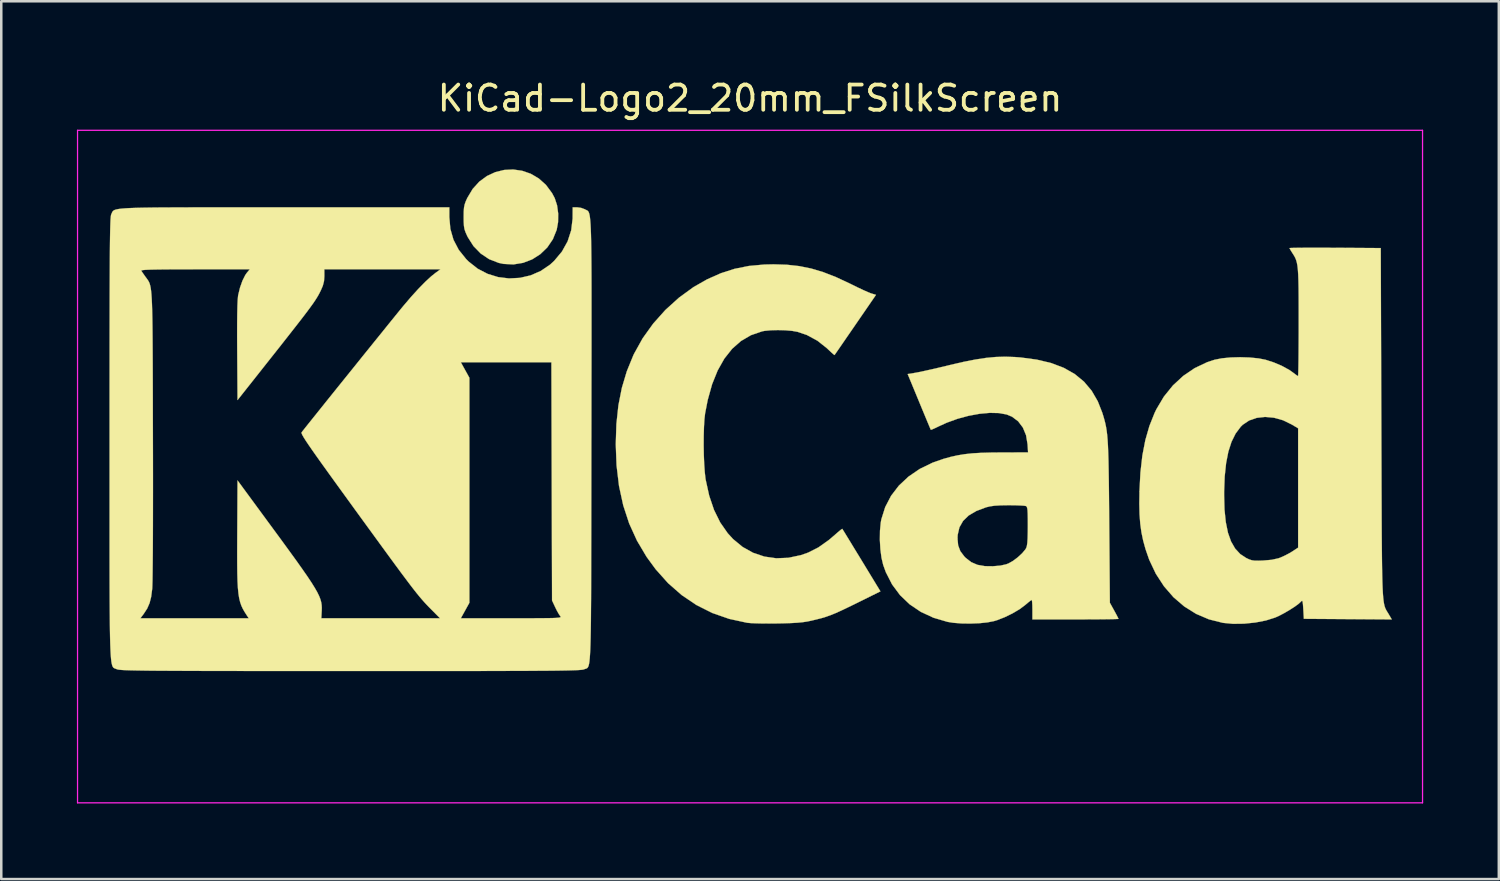
<source format=kicad_pcb>
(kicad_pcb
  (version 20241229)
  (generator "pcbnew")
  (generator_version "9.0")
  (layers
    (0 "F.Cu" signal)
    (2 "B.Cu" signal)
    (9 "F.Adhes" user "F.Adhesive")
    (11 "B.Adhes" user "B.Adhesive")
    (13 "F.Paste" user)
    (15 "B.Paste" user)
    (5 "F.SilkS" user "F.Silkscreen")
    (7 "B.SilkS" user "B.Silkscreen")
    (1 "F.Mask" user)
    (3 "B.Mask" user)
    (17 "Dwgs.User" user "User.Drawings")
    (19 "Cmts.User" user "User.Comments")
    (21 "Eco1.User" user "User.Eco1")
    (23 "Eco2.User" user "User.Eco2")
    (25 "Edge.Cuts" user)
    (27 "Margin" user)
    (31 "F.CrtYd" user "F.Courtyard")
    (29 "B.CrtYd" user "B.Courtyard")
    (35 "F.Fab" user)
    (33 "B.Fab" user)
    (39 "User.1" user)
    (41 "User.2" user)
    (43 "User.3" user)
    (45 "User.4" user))
  (footprint "KiCad-Logo2_20mm_FSilkScreen"
    (layer "F.Cu")
    (at 26.695 13.548)
    (property "Reference" "KiCad-Logo2_20mm_FSilkScreen" (at 0 -12.7 0) (layer "F.SilkS") (effects (font (size 1 1) (thickness 0.15))))
    (attr exclude_from_pos_files exclude_from_bom)
    (fp_poly (pts (xy -9.038 -9.825) (xy -8.696 -9.707) (xy -8.378 -9.52) (xy -8.094 -9.266) (xy -7.854 -8.943) (xy -7.746 -8.74) (xy -7.653 -8.455) (xy -7.608 -8.127) (xy -7.613 -7.79) (xy -7.668 -7.484) (xy -7.82 -7.11) (xy -8.04 -6.786) (xy -8.318 -6.518) (xy -8.641 -6.312) (xy -8.999 -6.175) (xy -9.381 -6.112) (xy -9.775 -6.132) (xy -9.969 -6.173) (xy -10.347 -6.32) (xy -10.683 -6.545) (xy -10.969 -6.84) (xy -11.196 -7.198) (xy -11.216 -7.238) (xy -11.282 -7.385) (xy -11.324 -7.508) (xy -11.346 -7.639) (xy -11.356 -7.807) (xy -11.357 -7.989) (xy -11.355 -8.208) (xy -11.343 -8.366) (xy -11.317 -8.494) (xy -11.271 -8.622) (xy -11.213 -8.748) (xy -10.999 -9.106) (xy -10.735 -9.397) (xy -10.432 -9.619) (xy -10.101 -9.772) (xy -9.751 -9.858) (xy -9.393 -9.876) (xy -9.038 -9.825)) (stroke (width 0.01) (type solid)) (fill yes) (layer "F.SilkS"))
    (fp_poly (pts (xy 1.459 -6.099) (xy 1.95 -6.045) (xy 2.425 -5.949) (xy 2.905 -5.805) (xy 3.408 -5.609) (xy 3.953 -5.355) (xy 4.052 -5.306) (xy 4.277 -5.195) (xy 4.49 -5.095) (xy 4.669 -5.016) (xy 4.793 -4.966) (xy 4.812 -4.96) (xy 4.995 -4.905) (xy 4.177 -3.716) (xy 3.977 -3.425) (xy 3.794 -3.16) (xy 3.635 -2.928) (xy 3.505 -2.74) (xy 3.411 -2.604) (xy 3.359 -2.529) (xy 3.35 -2.517) (xy 3.316 -2.541) (xy 3.231 -2.616) (xy 3.112 -2.727) (xy 3.046 -2.79) (xy 2.671 -3.087) (xy 2.251 -3.314) (xy 1.889 -3.437) (xy 1.672 -3.476) (xy 1.399 -3.5) (xy 1.105 -3.508) (xy 0.819 -3.5) (xy 0.574 -3.476) (xy 0.477 -3.457) (xy 0.037 -3.306) (xy -0.359 -3.075) (xy -0.712 -2.764) (xy -1.02 -2.375) (xy -1.284 -1.907) (xy -1.504 -1.362) (xy -1.678 -0.738) (xy -1.782 -0.205) (xy -1.809 0.031) (xy -1.827 0.335) (xy -1.837 0.686) (xy -1.839 1.062) (xy -1.833 1.442) (xy -1.818 1.802) (xy -1.796 2.122) (xy -1.767 2.38) (xy -1.761 2.42) (xy -1.62 3.06) (xy -1.428 3.626) (xy -1.183 4.122) (xy -0.885 4.549) (xy -0.674 4.78) (xy -0.294 5.093) (xy 0.122 5.325) (xy 0.569 5.475) (xy 1.038 5.542) (xy 1.522 5.523) (xy 2.016 5.418) (xy 2.307 5.316) (xy 2.711 5.111) (xy 3.127 4.816) (xy 3.36 4.617) (xy 3.491 4.502) (xy 3.593 4.418) (xy 3.652 4.377) (xy 3.659 4.376) (xy 3.685 4.417) (xy 3.753 4.527) (xy 3.856 4.696) (xy 3.99 4.915) (xy 4.147 5.173) (xy 4.324 5.462) (xy 4.422 5.623) (xy 5.171 6.854) (xy 4.236 7.316) (xy 3.897 7.482) (xy 3.623 7.613) (xy 3.397 7.715) (xy 3.201 7.795) (xy 3.019 7.86) (xy 2.835 7.916) (xy 2.631 7.968) (xy 2.435 8.015) (xy 2.261 8.051) (xy 2.08 8.078) (xy 1.872 8.098) (xy 1.62 8.112) (xy 1.305 8.122) (xy 1.092 8.126) (xy 0.79 8.129) (xy 0.499 8.128) (xy 0.241 8.122) (xy 0.033 8.113) (xy -0.105 8.101) (xy -0.113 8.1) (xy -0.828 7.945) (xy -1.499 7.711) (xy -2.127 7.396) (xy -2.71 7.002) (xy -3.25 6.529) (xy -3.744 5.976) (xy -4.103 5.485) (xy -4.484 4.842) (xy -4.793 4.163) (xy -5.029 3.443) (xy -5.196 2.675) (xy -5.294 1.855) (xy -5.325 1.023) (xy -5.3 0.218) (xy -5.22 -0.525) (xy -5.083 -1.218) (xy -4.887 -1.874) (xy -4.629 -2.506) (xy -4.598 -2.571) (xy -4.258 -3.183) (xy -3.841 -3.764) (xy -3.358 -4.305) (xy -2.821 -4.791) (xy -2.243 -5.212) (xy -1.703 -5.52) (xy -1.158 -5.762) (xy -0.613 -5.937) (xy -0.044 -6.051) (xy 0.567 -6.107) (xy 0.933 -6.115) (xy 1.459 -6.099)) (stroke (width 0.01) (type solid)) (fill yes) (layer "F.SilkS"))
    (fp_poly (pts (xy 22.685 -6.774) (xy 23.072 -6.772) (xy 23.204 -6.772) (xy 25.013 -6.76) (xy 25.036 0.182) (xy 25.039 1.123) (xy 25.042 1.978) (xy 25.044 2.751) (xy 25.047 3.445) (xy 25.049 4.067) (xy 25.052 4.619) (xy 25.056 5.107) (xy 25.06 5.535) (xy 25.065 5.907) (xy 25.071 6.228) (xy 25.078 6.502) (xy 25.087 6.734) (xy 25.097 6.928) (xy 25.109 7.088) (xy 25.123 7.219) (xy 25.139 7.325) (xy 25.157 7.411) (xy 25.178 7.482) (xy 25.201 7.54) (xy 25.227 7.592) (xy 25.255 7.641) (xy 25.287 7.692) (xy 25.322 7.749) (xy 25.329 7.761) (xy 25.45 7.967) (xy 21.963 7.943) (xy 21.941 7.56) (xy 21.928 7.376) (xy 21.915 7.27) (xy 21.898 7.228) (xy 21.871 7.237) (xy 21.849 7.261) (xy 21.754 7.349) (xy 21.598 7.463) (xy 21.403 7.588) (xy 21.192 7.712) (xy 20.987 7.82) (xy 20.83 7.891) (xy 20.46 8.008) (xy 20.037 8.09) (xy 19.59 8.136) (xy 19.152 8.141) (xy 18.753 8.103) (xy 18.746 8.101) (xy 18.2 7.964) (xy 17.689 7.746) (xy 17.218 7.451) (xy 16.791 7.085) (xy 16.415 6.651) (xy 16.092 6.154) (xy 15.83 5.6) (xy 15.687 5.189) (xy 15.592 4.846) (xy 15.522 4.513) (xy 15.475 4.171) (xy 15.447 3.8) (xy 15.437 3.378) (xy 15.442 3.034) (xy 18.801 3.034) (xy 18.816 3.611) (xy 18.867 4.107) (xy 18.953 4.528) (xy 19.076 4.876) (xy 19.238 5.157) (xy 19.44 5.375) (xy 19.674 5.529) (xy 19.796 5.587) (xy 19.901 5.621) (xy 20.019 5.637) (xy 20.177 5.638) (xy 20.347 5.632) (xy 20.682 5.603) (xy 20.947 5.545) (xy 21.03 5.516) (xy 21.22 5.43) (xy 21.421 5.323) (xy 21.508 5.269) (xy 21.736 5.12) (xy 21.736 0.388) (xy 21.485 0.238) (xy 21.136 0.068) (xy 20.779 -0.032) (xy 20.428 -0.064) (xy 20.095 -0.027) (xy 19.794 0.077) (xy 19.538 0.248) (xy 19.455 0.33) (xy 19.255 0.599) (xy 19.094 0.924) (xy 18.969 1.312) (xy 18.88 1.767) (xy 18.824 2.296) (xy 18.801 2.903) (xy 18.801 3.034) (xy 15.442 3.034) (xy 15.443 2.891) (xy 15.482 2.142) (xy 15.559 1.466) (xy 15.677 0.854) (xy 15.838 0.295) (xy 16.043 -0.219) (xy 16.117 -0.372) (xy 16.413 -0.87) (xy 16.77 -1.312) (xy 17.18 -1.691) (xy 17.636 -2.001) (xy 18.128 -2.234) (xy 18.422 -2.331) (xy 18.712 -2.388) (xy 19.06 -2.422) (xy 19.438 -2.432) (xy 19.817 -2.42) (xy 20.166 -2.385) (xy 20.447 -2.33) (xy 20.781 -2.221) (xy 21.105 -2.081) (xy 21.389 -1.925) (xy 21.54 -1.818) (xy 21.644 -1.739) (xy 21.716 -1.691) (xy 21.733 -1.684) (xy 21.738 -1.728) (xy 21.743 -1.854) (xy 21.747 -2.054) (xy 21.751 -2.318) (xy 21.754 -2.637) (xy 21.756 -3.002) (xy 21.758 -3.406) (xy 21.758 -3.816) (xy 21.758 -4.343) (xy 21.757 -4.786) (xy 21.754 -5.156) (xy 21.748 -5.46) (xy 21.739 -5.706) (xy 21.726 -5.905) (xy 21.708 -6.063) (xy 21.684 -6.189) (xy 21.654 -6.292) (xy 21.617 -6.381) (xy 21.572 -6.463) (xy 21.518 -6.548) (xy 21.511 -6.558) (xy 21.442 -6.668) (xy 21.4 -6.743) (xy 21.394 -6.759) (xy 21.438 -6.764) (xy 21.563 -6.768) (xy 21.76 -6.771) (xy 22.019 -6.773) (xy 22.331 -6.774) (xy 22.685 -6.774)) (stroke (width 0.01) (type solid)) (fill yes) (layer "F.SilkS"))
    (fp_poly (pts (xy 10.502 -2.439) (xy 10.727 -2.422) (xy 11.372 -2.336) (xy 11.944 -2.2) (xy 12.444 -2.01) (xy 12.876 -1.765) (xy 13.243 -1.463) (xy 13.547 -1.103) (xy 13.791 -0.683) (xy 13.97 -0.228) (xy 14.015 -0.082) (xy 14.054 0.054) (xy 14.088 0.188) (xy 14.117 0.327) (xy 14.142 0.479) (xy 14.163 0.651) (xy 14.18 0.851) (xy 14.194 1.085) (xy 14.205 1.362) (xy 14.215 1.687) (xy 14.222 2.069) (xy 14.229 2.516) (xy 14.235 3.033) (xy 14.24 3.629) (xy 14.244 4.097) (xy 14.27 7.306) (xy 14.441 7.615) (xy 14.522 7.764) (xy 14.582 7.879) (xy 14.611 7.941) (xy 14.612 7.945) (xy 14.568 7.95) (xy 14.443 7.954) (xy 14.247 7.958) (xy 13.99 7.961) (xy 13.681 7.964) (xy 13.331 7.965) (xy 12.95 7.966) (xy 12.905 7.966) (xy 11.198 7.966) (xy 11.198 7.579) (xy 11.195 7.404) (xy 11.187 7.27) (xy 11.176 7.199) (xy 11.171 7.192) (xy 11.126 7.22) (xy 11.033 7.293) (xy 10.912 7.395) (xy 10.909 7.398) (xy 10.689 7.562) (xy 10.41 7.727) (xy 10.105 7.876) (xy 9.805 7.994) (xy 9.673 8.034) (xy 9.41 8.085) (xy 9.087 8.118) (xy 8.735 8.131) (xy 8.381 8.126) (xy 8.057 8.1) (xy 7.829 8.063) (xy 7.272 7.899) (xy 6.771 7.666) (xy 6.328 7.367) (xy 5.948 7.003) (xy 5.633 6.579) (xy 5.386 6.096) (xy 5.28 5.804) (xy 5.213 5.519) (xy 5.169 5.178) (xy 5.148 4.811) (xy 5.149 4.757) (xy 8.228 4.757) (xy 8.253 5.03) (xy 8.338 5.257) (xy 8.495 5.467) (xy 8.556 5.529) (xy 8.77 5.695) (xy 9.018 5.802) (xy 9.315 5.854) (xy 9.628 5.858) (xy 9.925 5.833) (xy 10.152 5.783) (xy 10.251 5.746) (xy 10.428 5.646) (xy 10.617 5.504) (xy 10.789 5.345) (xy 10.917 5.193) (xy 10.951 5.137) (xy 10.977 5.059) (xy 10.996 4.934) (xy 11.008 4.751) (xy 11.014 4.498) (xy 11.016 4.257) (xy 11.015 3.976) (xy 11.011 3.773) (xy 11.004 3.634) (xy 10.991 3.547) (xy 10.972 3.498) (xy 10.945 3.473) (xy 10.936 3.469) (xy 10.863 3.457) (xy 10.718 3.448) (xy 10.521 3.441) (xy 10.292 3.438) (xy 10.242 3.438) (xy 9.936 3.443) (xy 9.699 3.457) (xy 9.511 3.484) (xy 9.356 3.522) (xy 8.97 3.668) (xy 8.668 3.847) (xy 8.447 4.062) (xy 8.303 4.317) (xy 8.235 4.613) (xy 8.228 4.757) (xy 5.149 4.757) (xy 5.153 4.45) (xy 5.184 4.126) (xy 5.208 3.995) (xy 5.361 3.51) (xy 5.594 3.063) (xy 5.903 2.66) (xy 6.283 2.304) (xy 6.729 1.999) (xy 7.238 1.751) (xy 7.67 1.6) (xy 7.959 1.52) (xy 8.235 1.459) (xy 8.517 1.413) (xy 8.822 1.38) (xy 9.168 1.36) (xy 9.573 1.349) (xy 9.94 1.346) (xy 11.026 1.343) (xy 11.005 1.016) (xy 10.946 0.662) (xy 10.82 0.358) (xy 10.633 0.11) (xy 10.391 -0.072) (xy 10.177 -0.161) (xy 9.87 -0.217) (xy 9.506 -0.225) (xy 9.1 -0.188) (xy 8.67 -0.109) (xy 8.232 0.009) (xy 7.805 0.164) (xy 7.495 0.305) (xy 7.345 0.377) (xy 7.231 0.428) (xy 7.173 0.447) (xy 7.17 0.447) (xy 7.15 0.403) (xy 7.1 0.285) (xy 7.025 0.106) (xy 6.93 -0.123) (xy 6.818 -0.392) (xy 6.705 -0.666) (xy 6.251 -1.764) (xy 6.574 -1.817) (xy 6.714 -1.844) (xy 6.924 -1.889) (xy 7.186 -1.947) (xy 7.483 -2.016) (xy 7.796 -2.09) (xy 7.92 -2.121) (xy 8.46 -2.246) (xy 8.932 -2.339) (xy 9.355 -2.404) (xy 9.745 -2.441) (xy 10.122 -2.452) (xy 10.502 -2.439)) (stroke (width 0.01) (type solid)) (fill yes) (layer "F.SilkS"))
    (fp_poly (pts (xy -19.746 -8.376) (xy -18.869 -8.376) (xy -18.461 -8.376) (xy -11.926 -8.376) (xy -11.926 -7.99) (xy -11.885 -7.522) (xy -11.761 -7.089) (xy -11.553 -6.691) (xy -11.259 -6.324) (xy -11.16 -6.225) (xy -10.803 -5.943) (xy -10.409 -5.738) (xy -9.991 -5.609) (xy -9.559 -5.556) (xy -9.126 -5.579) (xy -8.702 -5.677) (xy -8.301 -5.851) (xy -7.933 -6.101) (xy -7.768 -6.252) (xy -7.46 -6.621) (xy -7.234 -7.027) (xy -7.092 -7.466) (xy -7.036 -7.931) (xy -7.036 -7.977) (xy -7.033 -8.376) (xy -6.858 -8.376) (xy -6.702 -8.355) (xy -6.561 -8.303) (xy -6.551 -8.298) (xy -6.519 -8.281) (xy -6.49 -8.268) (xy -6.463 -8.255) (xy -6.438 -8.238) (xy -6.416 -8.214) (xy -6.396 -8.178) (xy -6.378 -8.127) (xy -6.362 -8.057) (xy -6.348 -7.964) (xy -6.336 -7.845) (xy -6.325 -7.695) (xy -6.316 -7.512) (xy -6.308 -7.29) (xy -6.302 -7.027) (xy -6.297 -6.719) (xy -6.293 -6.361) (xy -6.29 -5.951) (xy -6.288 -5.484) (xy -6.287 -4.957) (xy -6.287 -4.365) (xy -6.287 -3.705) (xy -6.287 -2.974) (xy -6.288 -2.167) (xy -6.29 -1.281) (xy -6.291 -0.312) (xy -6.292 0.744) (xy -6.293 0.873) (xy -6.294 1.935) (xy -6.295 2.911) (xy -6.296 3.803) (xy -6.297 4.615) (xy -6.299 5.352) (xy -6.3 6.016) (xy -6.302 6.611) (xy -6.304 7.142) (xy -6.308 7.613) (xy -6.311 8.026) (xy -6.316 8.385) (xy -6.322 8.695) (xy -6.329 8.96) (xy -6.337 9.182) (xy -6.347 9.366) (xy -6.358 9.515) (xy -6.37 9.634) (xy -6.384 9.726) (xy -6.401 9.795) (xy -6.419 9.844) (xy -6.439 9.877) (xy -6.462 9.899) (xy -6.486 9.913) (xy -6.514 9.922) (xy -6.544 9.931) (xy -6.576 9.942) (xy -6.584 9.946) (xy -6.609 9.954) (xy -6.651 9.962) (xy -6.713 9.968) (xy -6.8 9.975) (xy -6.914 9.98) (xy -7.06 9.985) (xy -7.241 9.99) (xy -7.46 9.994) (xy -7.722 9.998) (xy -8.03 10.001) (xy -8.388 10.003) (xy -8.8 10.006) (xy -9.268 10.008) (xy -9.797 10.009) (xy -10.39 10.011) (xy -11.051 10.012) (xy -11.784 10.012) (xy -12.593 10.013) (xy -13.48 10.013) (xy -14.45 10.013) (xy -15.506 10.013) (xy -15.848 10.013) (xy -16.927 10.013) (xy -17.919 10.013) (xy -18.828 10.012) (xy -19.656 10.012) (xy -20.409 10.011) (xy -21.089 10.01) (xy -21.699 10.009) (xy -22.245 10.007) (xy -22.73 10.005) (xy -23.156 10.003) (xy -23.529 10.001) (xy -23.851 9.998) (xy -24.126 9.994) (xy -24.359 9.99) (xy -24.552 9.986) (xy -24.709 9.981) (xy -24.835 9.976) (xy -24.933 9.97) (xy -25.006 9.963) (xy -25.058 9.956) (xy -25.093 9.948) (xy -25.112 9.941) (xy -25.146 9.927) (xy -25.178 9.916) (xy -25.206 9.905) (xy -25.232 9.891) (xy -25.256 9.869) (xy -25.277 9.836) (xy -25.296 9.788) (xy -25.313 9.721) (xy -25.329 9.631) (xy -25.342 9.515) (xy -25.353 9.369) (xy -25.363 9.189) (xy -25.372 8.972) (xy -25.379 8.713) (xy -25.385 8.409) (xy -25.389 8.056) (xy -25.39 7.92) (xy -24.176 7.92) (xy -19.882 7.92) (xy -19.964 7.795) (xy -20.046 7.667) (xy -20.116 7.544) (xy -20.174 7.419) (xy -20.221 7.283) (xy -20.259 7.128) (xy -20.288 6.944) (xy -20.31 6.724) (xy -20.325 6.458) (xy -20.334 6.138) (xy -20.338 5.757) (xy -20.339 5.304) (xy -20.337 4.771) (xy -20.336 4.573) (xy -20.325 2.454) (xy -18.982 4.282) (xy -18.601 4.8) (xy -18.272 5.252) (xy -17.989 5.642) (xy -17.751 5.978) (xy -17.552 6.264) (xy -17.39 6.508) (xy -17.262 6.714) (xy -17.162 6.889) (xy -17.089 7.039) (xy -17.038 7.17) (xy -17.006 7.287) (xy -16.989 7.398) (xy -16.983 7.507) (xy -16.986 7.621) (xy -16.987 7.635) (xy -17.002 7.921) (xy -14.649 7.921) (xy -12.296 7.92) (xy -12.646 7.567) (xy -12.741 7.471) (xy -12.831 7.377) (xy -12.92 7.281) (xy -13.012 7.176) (xy -13.112 7.059) (xy -13.222 6.924) (xy -13.347 6.765) (xy -13.491 6.578) (xy -13.657 6.357) (xy -13.851 6.098) (xy -14.075 5.794) (xy -14.334 5.441) (xy -14.631 5.034) (xy -14.971 4.567) (xy -15.358 4.036) (xy -15.675 3.6) (xy -16.072 3.052) (xy -16.419 2.573) (xy -16.718 2.159) (xy -16.973 1.804) (xy -17.187 1.504) (xy -17.362 1.255) (xy -17.502 1.052) (xy -17.611 0.891) (xy -17.69 0.766) (xy -17.744 0.674) (xy -17.776 0.61) (xy -17.788 0.569) (xy -17.784 0.548) (xy -17.74 0.491) (xy -17.644 0.37) (xy -17.503 0.193) (xy -17.322 -0.033) (xy -17.106 -0.302) (xy -16.863 -0.606) (xy -16.597 -0.937) (xy -16.314 -1.289) (xy -16.02 -1.654) (xy -15.72 -2.026) (xy -15.556 -2.23) (xy -11.469 -2.23) (xy -11.13 -1.616) (xy -11.13 7.306) (xy -11.469 7.92) (xy -9.46 7.92) (xy -8.981 7.92) (xy -8.584 7.92) (xy -8.264 7.918) (xy -8.012 7.916) (xy -7.821 7.912) (xy -7.683 7.906) (xy -7.59 7.898) (xy -7.536 7.888) (xy -7.512 7.875) (xy -7.51 7.859) (xy -7.524 7.84) (xy -7.524 7.84) (xy -7.582 7.757) (xy -7.658 7.622) (xy -7.725 7.487) (xy -7.852 7.215) (xy -7.865 2.492) (xy -7.878 -2.23) (xy -11.469 -2.23) (xy -15.556 -2.23) (xy -15.422 -2.397) (xy -15.129 -2.76) (xy -14.849 -3.107) (xy -14.586 -3.432) (xy -14.348 -3.728) (xy -14.138 -3.987) (xy -13.964 -4.202) (xy -13.831 -4.365) (xy -13.752 -4.461) (xy -13.448 -4.818) (xy -13.156 -5.14) (xy -12.885 -5.417) (xy -12.646 -5.638) (xy -12.477 -5.773) (xy -12.277 -5.918) (xy -16.883 -5.918) (xy -16.882 -5.647) (xy -16.895 -5.449) (xy -16.943 -5.264) (xy -17.018 -5.09) (xy -17.067 -4.991) (xy -17.119 -4.893) (xy -17.18 -4.79) (xy -17.254 -4.674) (xy -17.346 -4.54) (xy -17.461 -4.381) (xy -17.603 -4.191) (xy -17.778 -3.962) (xy -17.99 -3.689) (xy -18.244 -3.365) (xy -18.544 -2.983) (xy -18.896 -2.537) (xy -18.936 -2.487) (xy -20.325 -0.731) (xy -20.338 -2.676) (xy -20.341 -3.258) (xy -20.34 -3.751) (xy -20.336 -4.157) (xy -20.329 -4.476) (xy -20.318 -4.711) (xy -20.304 -4.862) (xy -20.3 -4.891) (xy -20.226 -5.195) (xy -20.129 -5.468) (xy -20.019 -5.688) (xy -19.953 -5.782) (xy -19.839 -5.918) (xy -22.007 -5.918) (xy -22.525 -5.917) (xy -22.957 -5.916) (xy -23.312 -5.913) (xy -23.594 -5.909) (xy -23.81 -5.904) (xy -23.967 -5.897) (xy -24.07 -5.888) (xy -24.127 -5.877) (xy -24.143 -5.864) (xy -24.142 -5.861) (xy -24.096 -5.791) (xy -24.019 -5.681) (xy -23.98 -5.626) (xy -23.938 -5.57) (xy -23.902 -5.52) (xy -23.869 -5.472) (xy -23.839 -5.419) (xy -23.813 -5.358) (xy -23.791 -5.283) (xy -23.771 -5.189) (xy -23.754 -5.072) (xy -23.74 -4.927) (xy -23.728 -4.748) (xy -23.718 -4.532) (xy -23.71 -4.272) (xy -23.703 -3.964) (xy -23.698 -3.604) (xy -23.694 -3.186) (xy -23.691 -2.706) (xy -23.688 -2.158) (xy -23.686 -1.537) (xy -23.684 -0.84) (xy -23.683 -0.061) (xy -23.681 0.656) (xy -23.679 1.454) (xy -23.678 2.216) (xy -23.678 2.936) (xy -23.679 3.61) (xy -23.68 4.232) (xy -23.682 4.799) (xy -23.685 5.304) (xy -23.689 5.744) (xy -23.693 6.113) (xy -23.697 6.406) (xy -23.703 6.619) (xy -23.708 6.746) (xy -23.71 6.76) (xy -23.75 7.069) (xy -23.813 7.318) (xy -23.908 7.535) (xy -24.047 7.749) (xy -24.065 7.772) (xy -24.176 7.92) (xy -25.39 7.92) (xy -25.393 7.65) (xy -25.396 7.188) (xy -25.398 6.666) (xy -25.399 6.079) (xy -25.4 5.425) (xy -25.4 4.7) (xy -25.4 3.899) (xy -25.4 3.019) (xy -25.4 2.056) (xy -25.4 1.007) (xy -25.4 0.799) (xy -25.4 -0.261) (xy -25.4 -1.234) (xy -25.399 -2.124) (xy -25.399 -2.933) (xy -25.398 -3.667) (xy -25.397 -4.328) (xy -25.396 -4.921) (xy -25.394 -5.448) (xy -25.392 -5.915) (xy -25.39 -6.324) (xy -25.387 -6.679) (xy -25.384 -6.985) (xy -25.38 -7.244) (xy -25.376 -7.461) (xy -25.371 -7.639) (xy -25.366 -7.782) (xy -25.361 -7.894) (xy -25.354 -7.978) (xy -25.347 -8.039) (xy -25.34 -8.079) (xy -25.331 -8.103) (xy -25.331 -8.104) (xy -25.314 -8.141) (xy -25.3 -8.174) (xy -25.284 -8.204) (xy -25.262 -8.231) (xy -25.23 -8.255) (xy -25.183 -8.277) (xy -25.118 -8.295) (xy -25.029 -8.311) (xy -24.912 -8.325) (xy -24.763 -8.337) (xy -24.577 -8.347) (xy -24.35 -8.355) (xy -24.079 -8.361) (xy -23.757 -8.366) (xy -23.381 -8.37) (xy -22.947 -8.372) (xy -22.45 -8.374) (xy -21.886 -8.375) (xy -21.25 -8.376) (xy -20.538 -8.376) (xy -19.746 -8.376)) (stroke (width 0.01) (type solid)) (fill yes) (layer "F.SilkS"))
    (fp_line (start -26.67 -11.43) (end 26.67 -11.43) (stroke (width 0.05) (type solid)) (layer "F.CrtYd"))
    (fp_line (start -26.67 15.24) (end -26.67 -11.43) (stroke (width 0.05) (type solid)) (layer "F.CrtYd"))
    (fp_line (start 26.67 -11.43) (end 26.67 15.24) (stroke (width 0.05) (type solid)) (layer "F.CrtYd"))
    (fp_line (start 26.67 15.24) (end -26.67 15.24) (stroke (width 0.05) (type solid)) (layer "F.CrtYd")))
  (gr_rect
    (start -3 -3)
    (end 56.39 31.813)
    (stroke (width 0.1) (type default))
    (fill no)
    (layer "Edge.Cuts")))
</source>
